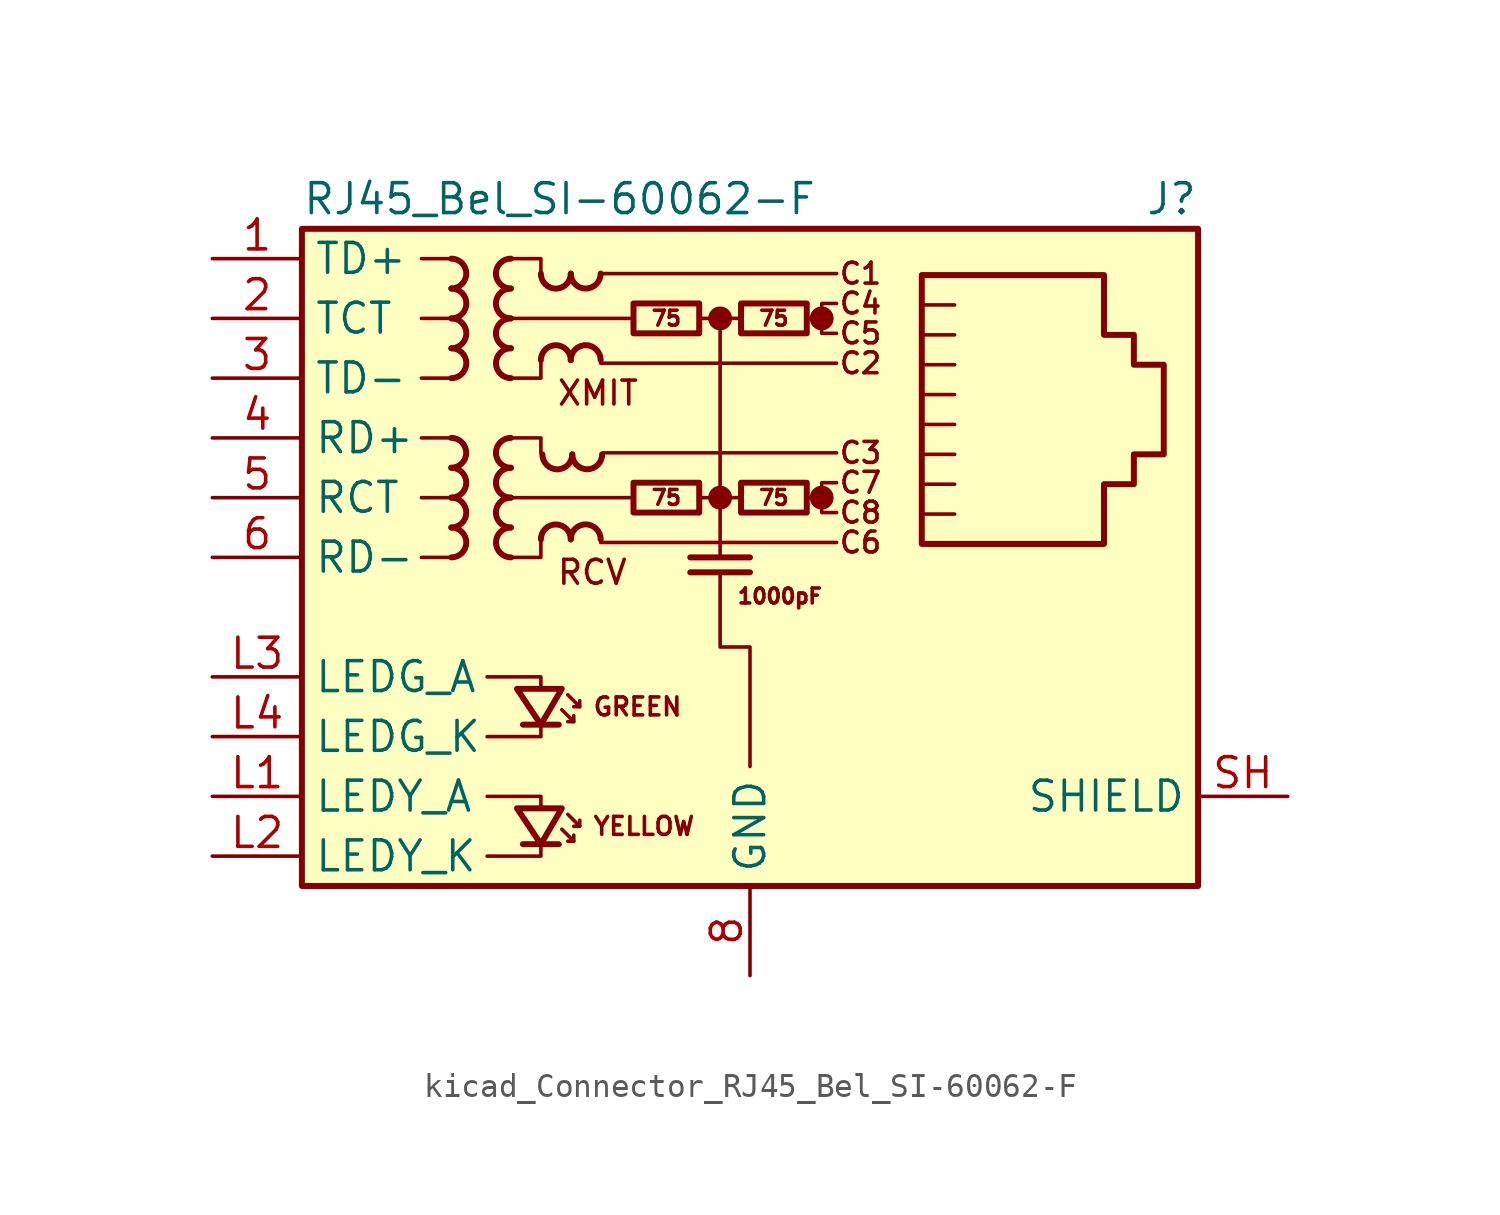
<source format=kicad_sym>
(kicad_symbol_lib
  (version 20220914)
  (generator kicad_symbol_editor)
  (symbol "kicad_Connector_RJ45_Bel_SI-60062-F"
    (property "Reference" "J"
      (at 19.05 15.24 0)
      (effects (font (size 1.27 1.27)) (justify right)))
    (property "Value" "RJ45_Bel_SI-60062-F"
      (at -19.05 15.24 0)
      (effects (font (size 1.27 1.27)) (justify left)))
    (symbol "kicad_Connector_RJ45_Bel_SI-60062-F_0_0"
      (circle (center -1.27 2.54) (radius 0.0001) (stroke (width 0.508) (type default)) (fill (type none)))
      (circle (center -1.27 10.16) (radius 0.0001) (stroke (width 0.508) (type default)) (fill (type none)))
      (polyline (pts (xy -1.27 10.16) (xy -1.27 0)) (stroke (width 0) (type default)) (fill (type none)))
      (polyline (pts (xy 0 -0.635) (xy -2.54 -0.635)) (stroke (width 0.254) (type default)) (fill (type none)))
      (polyline (pts (xy 0 0) (xy -2.54 0)) (stroke (width 0.254) (type default)) (fill (type none)))
      (polyline (pts (xy 3.048 2.54) (xy 2.54 2.54)) (stroke (width 0) (type default)) (fill (type none)))
      (polyline (pts (xy 3.048 10.16) (xy 2.54 10.16)) (stroke (width 0) (type default)) (fill (type none)))
      (polyline (pts (xy -11.176 -12.7) (xy -8.89 -12.7) (xy -8.89 -12.065)) (stroke (width 0) (type default)) (fill (type none)))
      (polyline (pts (xy -11.176 -10.16) (xy -8.89 -10.16) (xy -8.89 -10.668)) (stroke (width 0) (type default)) (fill (type none)))
      (polyline (pts (xy -11.176 -5.08) (xy -8.89 -5.08) (xy -8.89 -5.588)) (stroke (width 0) (type default)) (fill (type none)))
      (polyline (pts (xy -8.89 -6.985) (xy -8.89 -7.62) (xy -11.176 -7.62)) (stroke (width 0) (type default)) (fill (type none)))
      (polyline (pts (xy -1.27 -0.635) (xy -1.27 -3.81) (xy 0 -3.81) (xy 0 -8.89)) (stroke (width 0) (type default)) (fill (type none)))
      (polyline (pts (xy 3.683 3.175) (xy 3.048 3.175) (xy 3.048 1.905) (xy 3.683 1.905)) (stroke (width 0) (type default)) (fill (type none)))
      (polyline (pts (xy 3.683 10.795) (xy 3.048 10.795) (xy 3.048 9.525) (xy 3.683 9.525)) (stroke (width 0) (type default)) (fill (type none)))
      (circle (center 3.048 2.54) (radius 0.0001) (stroke (width 0.508) (type default)) (fill (type none)))
      (circle (center 3.048 10.16) (radius 0.0001) (stroke (width 0.508) (type default)) (fill (type none)))
      (text "C1" (at 4.699 12.065 0) (effects (font (size 0.889 0.889))))
      (text "C2" (at 4.699 8.255 0) (effects (font (size 0.889 0.889))))
      (text "C3" (at 4.699 4.445 0) (effects (font (size 0.889 0.889))))
      (text "C4" (at 4.699 10.795 0) (effects (font (size 0.889 0.889))))
      (text "C5" (at 4.699 9.525 0) (effects (font (size 0.889 0.889))))
      (text "C6" (at 4.699 0.635 0) (effects (font (size 0.889 0.889))))
      (text "C7" (at 4.699 3.175 0) (effects (font (size 0.889 0.889))))
      (text "C8" (at 4.699 1.905 0) (effects (font (size 0.889 0.889))))
      (text "GREEN" (at -6.731 -6.35 0) (effects (font (size 0.762 0.762)) (justify left)))
      (text "RCV" (at -8.255 -0.635 0) (effects (font (size 1.016 1.016)) (justify left)))
      (text "XMIT" (at -8.255 6.985 0) (effects (font (size 1.016 1.016)) (justify left)))
      (text "YELLOW" (at -6.731 -11.43 0) (effects (font (size 0.762 0.762)) (justify left))))
    (symbol "kicad_Connector_RJ45_Bel_SI-60062-F_0_1"
      (rectangle (start -19.05 -13.97) (end 19.05 13.97) (stroke (width 0.254) (type default)) (fill (type background)))
      (polyline (pts (xy -12.7 0) (xy -13.97 0)) (stroke (width 0) (type default)) (fill (type none)))
      (polyline (pts (xy -12.7 2.54) (xy -13.97 2.54)) (stroke (width 0) (type default)) (fill (type none)))
      (polyline (pts (xy -12.7 5.08) (xy -13.97 5.08)) (stroke (width 0) (type default)) (fill (type none)))
      (polyline (pts (xy -12.7 7.62) (xy -13.97 7.62)) (stroke (width 0) (type default)) (fill (type none)))
      (polyline (pts (xy -12.7 10.16) (xy -13.97 10.16)) (stroke (width 0) (type default)) (fill (type none)))
      (polyline (pts (xy -12.7 12.7) (xy -13.97 12.7)) (stroke (width 0) (type default)) (fill (type none)))
      (polyline (pts (xy -6.35 0.635) (xy 3.683 0.635)) (stroke (width 0) (type default)) (fill (type none)))
      (polyline (pts (xy -6.35 8.255) (xy 3.683 8.255)) (stroke (width 0) (type default)) (fill (type none)))
      (polyline (pts (xy -6.35 12.065) (xy 3.683 12.065)) (stroke (width 0) (type default)) (fill (type none)))
      (polyline (pts (xy -6.223 4.445) (xy 3.683 4.445)) (stroke (width 0) (type default)) (fill (type none)))
      (polyline (pts (xy -5.08 2.54) (xy -10.16 2.54)) (stroke (width 0) (type default)) (fill (type none)))
      (polyline (pts (xy -4.953 10.16) (xy -10.16 10.16)) (stroke (width 0) (type default)) (fill (type none)))
      (polyline (pts (xy -2.159 2.54) (xy -0.381 2.54)) (stroke (width 0) (type default)) (fill (type none)))
      (polyline (pts (xy -2.159 10.16) (xy -0.381 10.16)) (stroke (width 0) (type default)) (fill (type none)))
      (polyline (pts (xy 7.429 3.111) (xy 8.7 3.111)) (stroke (width 0) (type default)) (fill (type none)))
      (polyline (pts (xy 7.429 4.381) (xy 8.7 4.381)) (stroke (width 0) (type default)) (fill (type none)))
      (polyline (pts (xy 7.429 5.652) (xy 8.7 5.652)) (stroke (width 0) (type default)) (fill (type none)))
      (polyline (pts (xy 7.429 6.921) (xy 8.7 6.921)) (stroke (width 0) (type default)) (fill (type none)))
      (polyline (pts (xy 7.429 8.191) (xy 8.7 8.191)) (stroke (width 0) (type default)) (fill (type none)))
      (polyline (pts (xy 8.7 1.841) (xy 7.429 1.841)) (stroke (width 0) (type default)) (fill (type none)))
      (polyline (pts (xy 8.7 9.461) (xy 7.429 9.461)) (stroke (width 0) (type default)) (fill (type none)))
      (polyline (pts (xy 8.7 10.732) (xy 7.429 10.732)) (stroke (width 0) (type default)) (fill (type none)))
      (polyline (pts (xy -10.16 5.08) (xy -8.89 5.08) (xy -8.89 4.445)) (stroke (width 0) (type default)) (fill (type none)))
      (polyline (pts (xy -10.16 12.7) (xy -8.89 12.7) (xy -8.89 12.065)) (stroke (width 0) (type default)) (fill (type none)))
      (polyline (pts (xy -8.89 0.635) (xy -8.89 0) (xy -10.16 0)) (stroke (width 0) (type default)) (fill (type none)))
      (polyline (pts (xy -8.89 8.255) (xy -8.89 7.62) (xy -10.16 7.62)) (stroke (width 0) (type default)) (fill (type none))))
    (symbol "kicad_Connector_RJ45_Bel_SI-60062-F_1_0"
      (text "1000pF" (at 1.27 -1.651 0) (effects (font (size 0.635 0.635)))))
    (symbol "kicad_Connector_RJ45_Bel_SI-60062-F_1_1"
      (arc (start -12.7 3.81) (mid -12.0677 4.445) (end -12.7 5.08) (stroke (width 0.254) (type default)) (fill (type none)))
      (arc (start -12.6973 0) (mid -12.065 0.635) (end -12.6973 1.27) (stroke (width 0.254) (type default)) (fill (type none)))
      (arc (start -12.6973 1.27) (mid -12.065 1.905) (end -12.6973 2.54) (stroke (width 0.254) (type default)) (fill (type none)))
      (arc (start -12.6973 2.54) (mid -12.065 3.175) (end -12.6973 3.81) (stroke (width 0.254) (type default)) (fill (type none)))
      (arc (start -12.6973 11.43) (mid -12.065 12.065) (end -12.6973 12.7) (stroke (width 0.254) (type default)) (fill (type none)))
      (arc (start -12.6946 7.62) (mid -12.0623 8.255) (end -12.6946 8.89) (stroke (width 0.254) (type default)) (fill (type none)))
      (arc (start -12.6946 8.89) (mid -12.0623 9.525) (end -12.6946 10.16) (stroke (width 0.254) (type default)) (fill (type none)))
      (arc (start -12.6946 10.16) (mid -12.0623 10.795) (end -12.6946 11.43) (stroke (width 0.254) (type default)) (fill (type none)))
      (arc (start -10.1654 2.54) (mid -10.7977 1.905) (end -10.1654 1.27) (stroke (width 0.254) (type default)) (fill (type none)))
      (arc (start -10.1654 3.81) (mid -10.7977 3.175) (end -10.1654 2.54) (stroke (width 0.254) (type default)) (fill (type none)))
      (arc (start -10.1654 5.08) (mid -10.7977 4.445) (end -10.1654 3.81) (stroke (width 0.254) (type default)) (fill (type none)))
      (arc (start -10.1654 10.16) (mid -10.7977 9.525) (end -10.1654 8.89) (stroke (width 0.254) (type default)) (fill (type none)))
      (arc (start -10.1654 11.43) (mid -10.7977 10.795) (end -10.1654 10.16) (stroke (width 0.254) (type default)) (fill (type none)))
      (arc (start -10.1654 12.7) (mid -10.7977 12.065) (end -10.1654 11.43) (stroke (width 0.254) (type default)) (fill (type none)))
      (arc (start -10.1627 1.27) (mid -10.795 0.635) (end -10.1627 0) (stroke (width 0.254) (type default)) (fill (type none)))
      (arc (start -10.1627 8.89) (mid -10.795 8.255) (end -10.1627 7.62) (stroke (width 0.254) (type default)) (fill (type none)))
      (arc (start -8.89 12.0623) (mid -8.255 11.43) (end -7.62 12.0623) (stroke (width 0.254) (type default)) (fill (type none)))
      (arc (start -8.8265 4.3788) (mid -8.1915 3.7465) (end -7.5565 4.3788) (stroke (width 0.254) (type default)) (fill (type none)))
      (arc (start -7.62 0.7647) (mid -8.255 1.397) (end -8.89 0.7647) (stroke (width 0.254) (type default)) (fill (type none)))
      (arc (start -7.62 8.3847) (mid -8.255 9.017) (end -8.89 8.3847) (stroke (width 0.254) (type default)) (fill (type none)))
      (arc (start -7.62 12.065) (mid -6.985 11.4327) (end -6.35 12.065) (stroke (width 0.254) (type default)) (fill (type none)))
      (arc (start -7.5565 4.3815) (mid -6.9215 3.7492) (end -6.2865 4.3815) (stroke (width 0.254) (type default)) (fill (type none)))
      (arc (start -6.35 0.7674) (mid -6.985 1.3997) (end -7.62 0.7674) (stroke (width 0.254) (type default)) (fill (type none)))
      (arc (start -6.35 8.3874) (mid -6.985 9.0197) (end -7.62 8.3874) (stroke (width 0.254) (type default)) (fill (type none)))
      (rectangle (start -4.953 3.175) (end -2.159 1.905) (stroke (width 0.254) (type default)) (fill (type none)))
      (rectangle (start -4.953 10.795) (end -2.159 9.525) (stroke (width 0.254) (type default)) (fill (type none)))
      (rectangle (start -0.381 3.175) (end 2.413 1.905) (stroke (width 0.254) (type default)) (fill (type none)))
      (rectangle (start -0.381 10.795) (end 2.413 9.525) (stroke (width 0.254) (type default)) (fill (type none)))
      (polyline (pts (xy -8.128 -12.192) (xy -9.652 -12.192)) (stroke (width 0.254) (type default)) (fill (type none)))
      (polyline (pts (xy -8.128 -7.112) (xy -9.652 -7.112)) (stroke (width 0.254) (type default)) (fill (type none)))
      (polyline (pts (xy -7.493 -12.065) (xy -7.493 -11.811)) (stroke (width 0) (type default)) (fill (type none)))
      (polyline (pts (xy -7.493 -6.985) (xy -7.493 -6.731)) (stroke (width 0) (type default)) (fill (type none)))
      (polyline (pts (xy -7.239 -11.43) (xy -7.239 -11.176)) (stroke (width 0) (type default)) (fill (type none)))
      (polyline (pts (xy -7.239 -6.35) (xy -7.239 -6.096)) (stroke (width 0) (type default)) (fill (type none)))
      (polyline (pts (xy -8.001 -11.557) (xy -7.493 -12.065) (xy -7.747 -12.065)) (stroke (width 0) (type default)) (fill (type none)))
      (polyline (pts (xy -8.001 -6.477) (xy -7.493 -6.985) (xy -7.747 -6.985)) (stroke (width 0) (type default)) (fill (type none)))
      (polyline (pts (xy -7.747 -10.922) (xy -7.239 -11.43) (xy -7.493 -11.43)) (stroke (width 0) (type default)) (fill (type none)))
      (polyline (pts (xy -7.747 -5.842) (xy -7.239 -6.35) (xy -7.493 -6.35)) (stroke (width 0) (type default)) (fill (type none)))
      (polyline (pts (xy -8.001 -10.668) (xy -9.906 -10.668) (xy -8.89 -12.192) (xy -8.001 -10.668)) (stroke (width 0.254) (type default)) (fill (type none)))
      (polyline (pts (xy -8.001 -5.588) (xy -9.906 -5.588) (xy -8.89 -7.112) (xy -8.001 -5.588)) (stroke (width 0.254) (type default)) (fill (type none)))
      (polyline (pts (xy 7.303 0.572) (xy 7.303 12.002) (xy 15.05 12.002) (xy 15.05 9.461) (xy 16.32 9.461) (xy 16.32 8.191) (xy 17.59 8.191) (xy 17.59 4.381) (xy 16.32 4.381) (xy 16.32 3.111) (xy 15.05 3.111) (xy 15.05 0.572) (xy 7.303 0.572)) (stroke (width 0.254) (type default)) (fill (type none)))
      (text "75" (at -3.556 2.54 0) (effects (font (size 0.635 0.635))))
      (text "75" (at -3.556 10.16 0) (effects (font (size 0.635 0.635))))
      (text "75" (at 1.016 2.54 0) (effects (font (size 0.635 0.635))))
      (text "75" (at 1.016 10.16 0) (effects (font (size 0.635 0.635))))
      (pin passive line (at -22.86 12.7 0) (length 3.81) (name "TD+" (effects (font (size 1.27 1.27)))) (number "1" (effects (font (size 1.27 1.27)))))
      (pin passive line (at -22.86 10.16 0) (length 3.81) (name "TCT" (effects (font (size 1.27 1.27)))) (number "2" (effects (font (size 1.27 1.27)))))
      (pin passive line (at -22.86 7.62 0) (length 3.81) (name "TD-" (effects (font (size 1.27 1.27)))) (number "3" (effects (font (size 1.27 1.27)))))
      (pin passive line (at -22.86 5.08 0) (length 3.81) (name "RD+" (effects (font (size 1.27 1.27)))) (number "4" (effects (font (size 1.27 1.27)))))
      (pin passive line (at -22.86 2.54 0) (length 3.81) (name "RCT" (effects (font (size 1.27 1.27)))) (number "5" (effects (font (size 1.27 1.27)))))
      (pin passive line (at -22.86 0 0) (length 3.81) (name "RD-" (effects (font (size 1.27 1.27)))) (number "6" (effects (font (size 1.27 1.27)))))
      (pin power_in line (at 0 -17.78 90) (length 3.81) (name "GND" (effects (font (size 1.27 1.27)))) (number "8" (effects (font (size 1.27 1.27)))))
      (pin passive line (at -22.86 -10.16 0) (length 3.81) (name "LEDY_A" (effects (font (size 1.27 1.27)))) (number "L1" (effects (font (size 1.27 1.27)))))
      (pin passive line (at -22.86 -12.7 0) (length 3.81) (name "LEDY_K" (effects (font (size 1.27 1.27)))) (number "L2" (effects (font (size 1.27 1.27)))))
      (pin passive line (at -22.86 -5.08 0) (length 3.81) (name "LEDG_A" (effects (font (size 1.27 1.27)))) (number "L3" (effects (font (size 1.27 1.27)))))
      (pin passive line (at -22.86 -7.62 0) (length 3.81) (name "LEDG_K" (effects (font (size 1.27 1.27)))) (number "L4" (effects (font (size 1.27 1.27)))))
      (pin no_connect line (at 12.7 -5.08 0) (length 0) hide (name "NC" (effects (font (size 1.27 1.27)))) (number "R7" (effects (font (size 1.27 1.27)))))
      (pin passive line (at 22.86 -10.16 180) (length 3.81) (name "SHIELD" (effects (font (size 1.27 1.27)))) (number "SH" (effects (font (size 1.27 1.27))))))))
</source>
